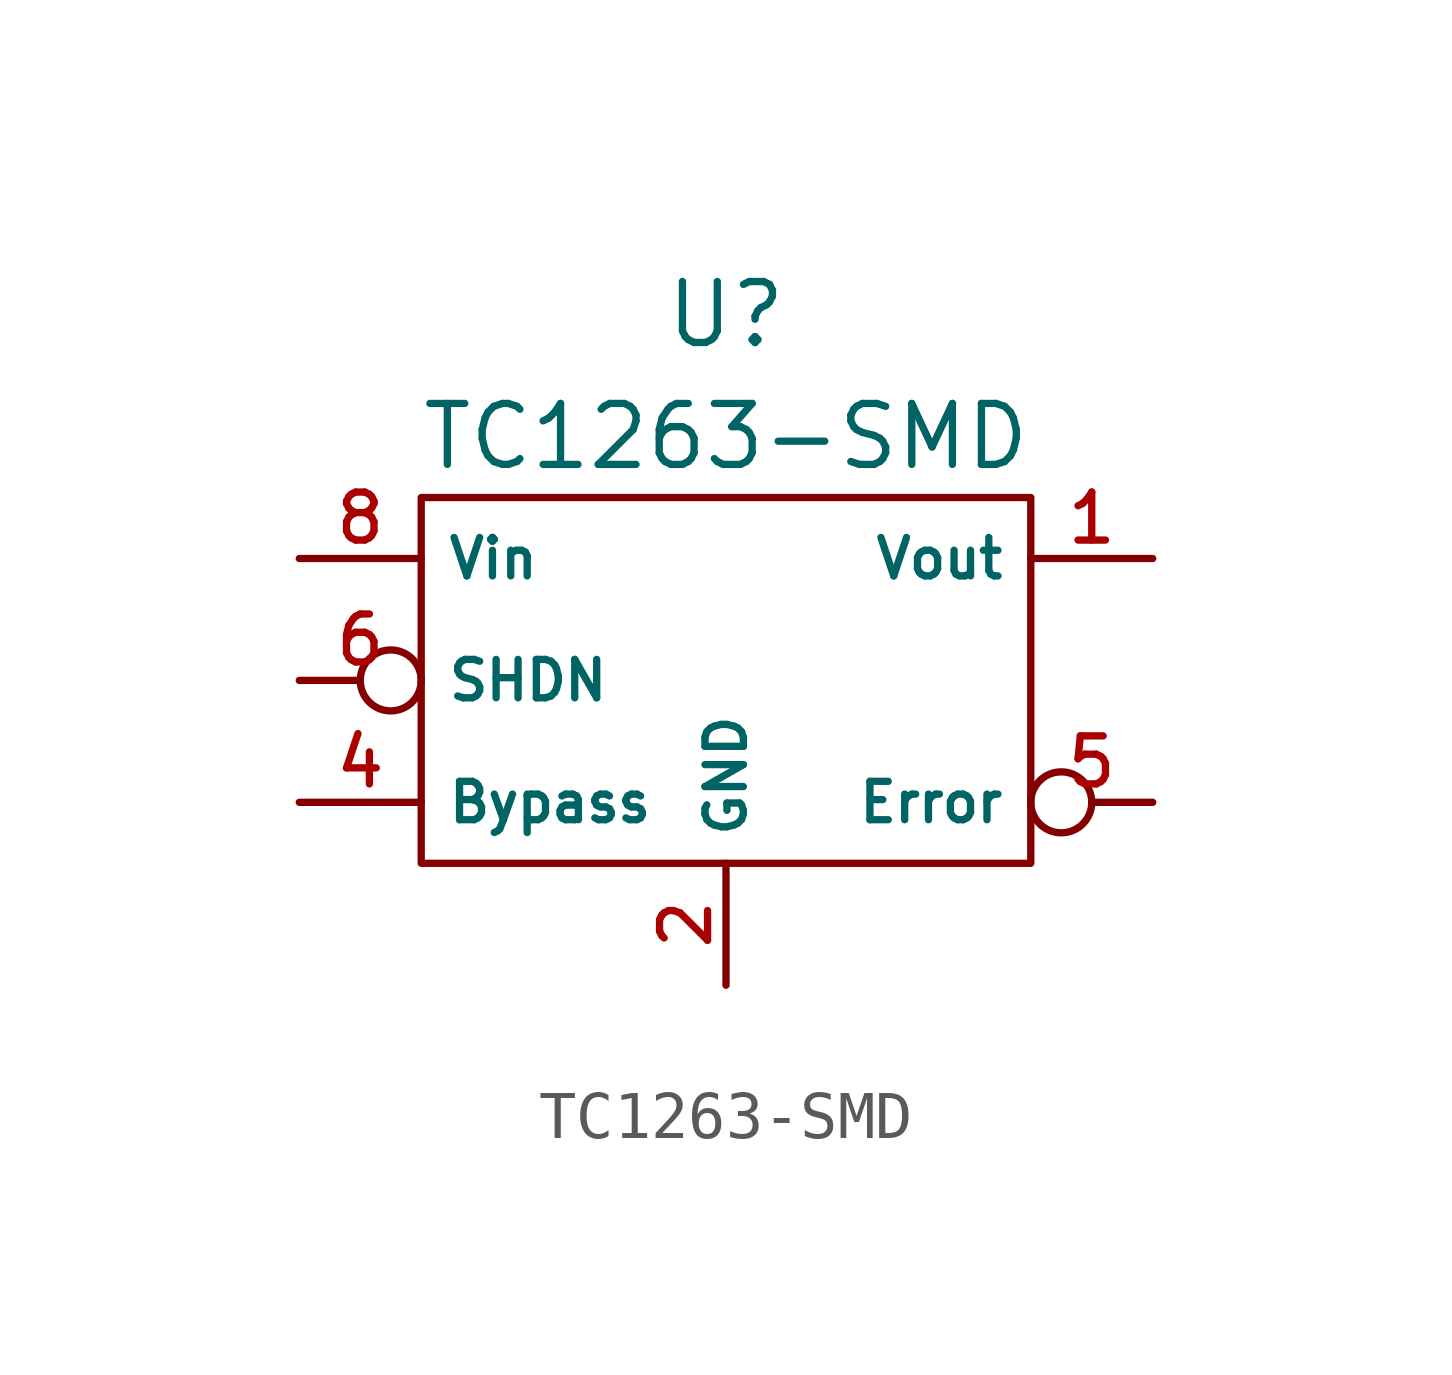
<source format=kicad_sym>
(kicad_symbol_lib
  (version 20211014)
  (generator kicad_symbol_editor)
  (symbol "TC1263-SMD"
    (property "Reference" "U"
      (at 0 7.62 0)
      (effects (font (size 1.27 1.27))))
    (property "Value" "TC1263-SMD"
      (at 0 5.08 0)
      (effects (font (size 1.27 1.27))))
    (symbol "TC1263-SMD_0_1"
      (rectangle (start -6.35 3.81) (end 6.35 -3.81) (stroke (width 0) (type default) (color 0 0 0 0)) (fill (type none))))
    (symbol "TC1263-SMD_1_1"
      (pin output line (at 8.89 2.54 180) (length 2.54) (name "Vout" (effects (font (size 0.8 0.8)))) (number "1" (effects (font (size 1 1)))))
      (pin input line (at 0 -6.35 90) (length 2.54) (name "GND" (effects (font (size 0.8 0.8)))) (number "2" (effects (font (size 1 1)))))
      (pin input line (at -8.89 -2.54 0) (length 2.54) (name "Bypass" (effects (font (size 0.8 0.8)))) (number "4" (effects (font (size 1 1)))))
      (pin output inverted (at 8.89 -2.54 180) (length 2.54) (name "Error" (effects (font (size 0.8 0.8)))) (number "5" (effects (font (size 1 1)))))
      (pin input inverted (at -8.89 0 0) (length 2.54) (name "SHDN" (effects (font (size 0.8 0.8)))) (number "6" (effects (font (size 1 1)))))
      (pin input line (at -8.89 2.54 0) (length 2.54) (name "Vin" (effects (font (size 0.8 0.8)))) (number "8" (effects (font (size 1 1))))))))
</source>
